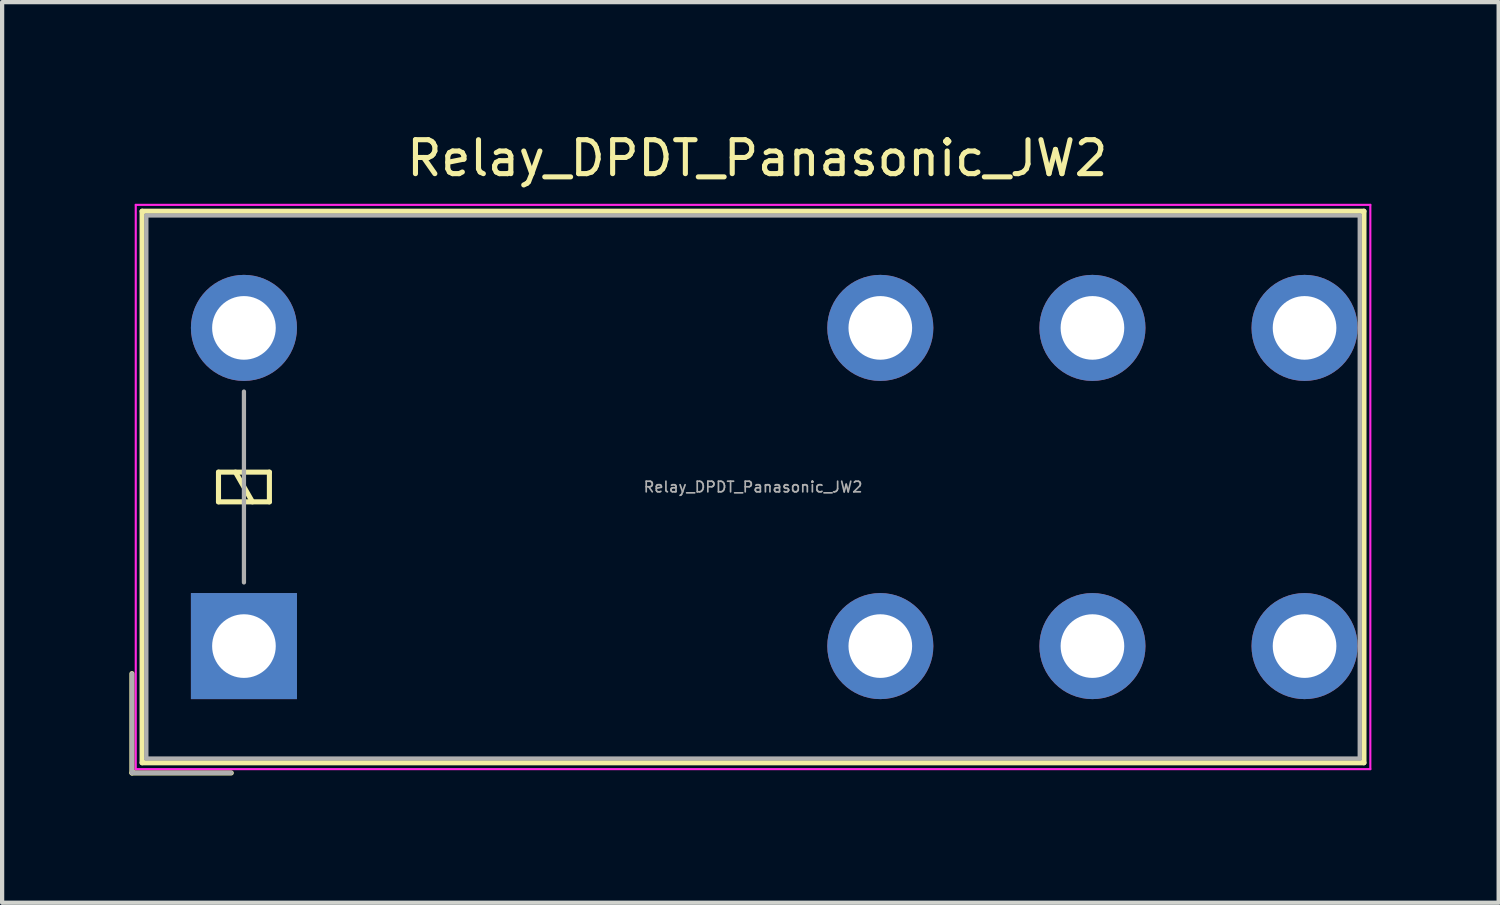
<source format=kicad_pcb>
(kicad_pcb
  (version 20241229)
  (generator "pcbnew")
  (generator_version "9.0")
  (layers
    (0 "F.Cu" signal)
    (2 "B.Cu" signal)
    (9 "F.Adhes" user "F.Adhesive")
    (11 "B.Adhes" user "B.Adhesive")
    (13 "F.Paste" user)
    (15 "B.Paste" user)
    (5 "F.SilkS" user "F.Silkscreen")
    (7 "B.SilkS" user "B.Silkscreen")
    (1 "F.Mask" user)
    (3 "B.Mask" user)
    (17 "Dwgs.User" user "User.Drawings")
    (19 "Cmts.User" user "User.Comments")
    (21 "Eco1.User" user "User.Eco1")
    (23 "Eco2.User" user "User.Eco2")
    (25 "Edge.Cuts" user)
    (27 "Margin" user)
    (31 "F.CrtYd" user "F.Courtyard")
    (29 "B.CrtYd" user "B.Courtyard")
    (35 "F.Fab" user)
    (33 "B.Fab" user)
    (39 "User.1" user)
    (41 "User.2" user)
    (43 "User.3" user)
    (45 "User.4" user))
  (footprint "Relay_DPDT_Panasonic_JW2"
    (layer "F.Cu")
    (at 2.7 12.179)
    (property "Reference" "Relay_DPDT_Panasonic_JW2" (at 12.1 -11.5 180) (layer "F.SilkS") (effects (font (size 0.8 0.8) (thickness 0.12))))
    (attr through_hole)
    (fp_line (start -2.64 2.99) (end -2.64 0.65) (stroke (width 0.12) (type solid)) (layer "F.SilkS"))
    (fp_line (start -2.4 -10.25) (end -2.4 2.75) (stroke (width 0.12) (type solid)) (layer "F.SilkS"))
    (fp_line (start -2.4 2.75) (end 26.4 2.75) (stroke (width 0.12) (type solid)) (layer "F.SilkS"))
    (fp_line (start -0.6 -4.1) (end -0.6 -3.4) (stroke (width 0.12) (type solid)) (layer "F.SilkS"))
    (fp_line (start -0.6 -3.4) (end 0.6 -3.4) (stroke (width 0.12) (type solid)) (layer "F.SilkS"))
    (fp_line (start -0.3 2.99) (end -2.64 2.99) (stroke (width 0.12) (type solid)) (layer "F.SilkS"))
    (fp_line (start 0.2 -3.4) (end -0.2 -4.1) (stroke (width 0.12) (type solid)) (layer "F.SilkS"))
    (fp_line (start 0.6 -4.1) (end -0.6 -4.1) (stroke (width 0.12) (type solid)) (layer "F.SilkS"))
    (fp_line (start 0.6 -3.4) (end 0.6 -4.1) (stroke (width 0.12) (type solid)) (layer "F.SilkS"))
    (fp_line (start 26.4 -10.25) (end -2.4 -10.25) (stroke (width 0.12) (type solid)) (layer "F.SilkS"))
    (fp_line (start 26.4 2.75) (end 26.4 -10.25) (stroke (width 0.12) (type solid)) (layer "F.SilkS"))
    (fp_line (start -2.55 -10.4) (end -2.55 2.9) (stroke (width 0.05) (type solid)) (layer "F.CrtYd"))
    (fp_line (start -2.55 2.9) (end 26.55 2.9) (stroke (width 0.05) (type solid)) (layer "F.CrtYd"))
    (fp_line (start 26.55 -10.4) (end -2.55 -10.4) (stroke (width 0.05) (type solid)) (layer "F.CrtYd"))
    (fp_line (start 26.55 2.9) (end 26.55 -10.4) (stroke (width 0.05) (type solid)) (layer "F.CrtYd"))
    (fp_line (start -2.64 2.99) (end -2.64 0.65) (stroke (width 0.1) (type solid)) (layer "F.Fab"))
    (fp_line (start -2.3 -10.15) (end -2.3 2.65) (stroke (width 0.1) (type solid)) (layer "F.Fab"))
    (fp_line (start -2.3 2.65) (end 26.3 2.65) (stroke (width 0.1) (type solid)) (layer "F.Fab"))
    (fp_line (start -0.3 2.99) (end -2.64 2.99) (stroke (width 0.1) (type solid)) (layer "F.Fab"))
    (fp_line (start 0 -1.5) (end 0 -6) (stroke (width 0.1) (type solid)) (layer "F.Fab"))
    (fp_line (start 26.3 -10.15) (end -2.3 -10.15) (stroke (width 0.1) (type solid)) (layer "F.Fab"))
    (fp_line (start 26.3 2.65) (end 26.3 -10.15) (stroke (width 0.1) (type solid)) (layer "F.Fab"))
    (fp_text user "${REFERENCE}" (at 12 -3.75 180) (layer "F.Fab") (effects (font (size 0.25 0.25) (thickness 0.04))))
    (pad "1" thru_hole rect (at 0 0 90) (size 2.5 2.5) (drill 1.5) (layers "*.Cu" "*.Mask"))
    (pad "2" thru_hole oval (at 15 0 90) (size 2.5 2.5) (drill 1.5) (layers "*.Cu" "*.Mask"))
    (pad "3" thru_hole oval (at 20 0 90) (size 2.5 2.5) (drill 1.5) (layers "*.Cu" "*.Mask"))
    (pad "4" thru_hole oval (at 25 0 90) (size 2.5 2.5) (drill 1.5) (layers "*.Cu" "*.Mask"))
    (pad "5" thru_hole oval (at 25 -7.5 90) (size 2.5 2.5) (drill 1.5) (layers "*.Cu" "*.Mask"))
    (pad "6" thru_hole oval (at 20 -7.5 90) (size 2.5 2.5) (drill 1.5) (layers "*.Cu" "*.Mask"))
    (pad "7" thru_hole oval (at 15 -7.5 90) (size 2.5 2.5) (drill 1.5) (layers "*.Cu" "*.Mask"))
    (pad "8" thru_hole oval (at 0 -7.5 90) (size 2.5 2.5) (drill 1.5) (layers "*.Cu" "*.Mask")))
  (gr_rect
    (start -3 -3)
    (end 32.275 18.229)
    (stroke (width 0.1) (type default))
    (fill no)
    (layer "Edge.Cuts")))
</source>
